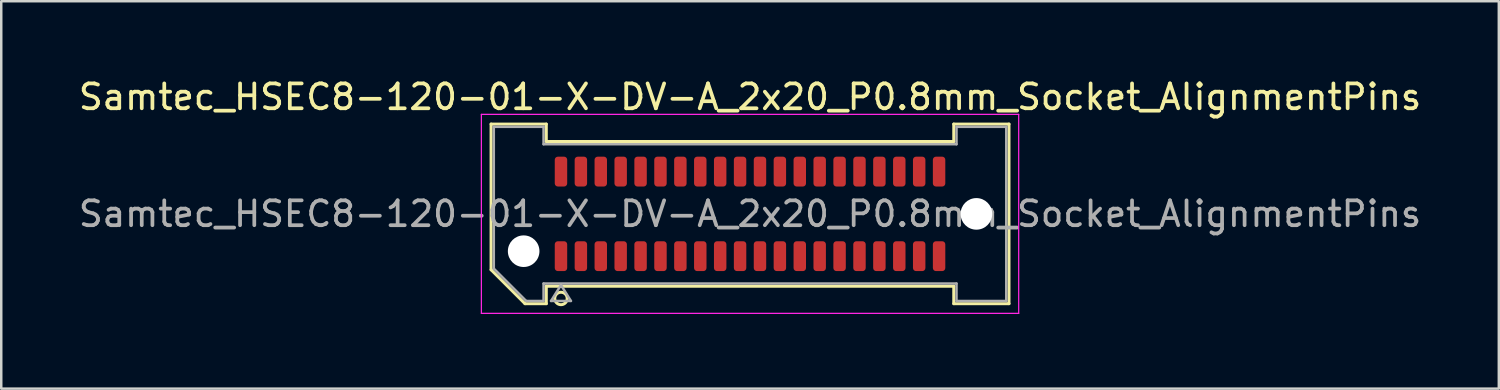
<source format=kicad_pcb>
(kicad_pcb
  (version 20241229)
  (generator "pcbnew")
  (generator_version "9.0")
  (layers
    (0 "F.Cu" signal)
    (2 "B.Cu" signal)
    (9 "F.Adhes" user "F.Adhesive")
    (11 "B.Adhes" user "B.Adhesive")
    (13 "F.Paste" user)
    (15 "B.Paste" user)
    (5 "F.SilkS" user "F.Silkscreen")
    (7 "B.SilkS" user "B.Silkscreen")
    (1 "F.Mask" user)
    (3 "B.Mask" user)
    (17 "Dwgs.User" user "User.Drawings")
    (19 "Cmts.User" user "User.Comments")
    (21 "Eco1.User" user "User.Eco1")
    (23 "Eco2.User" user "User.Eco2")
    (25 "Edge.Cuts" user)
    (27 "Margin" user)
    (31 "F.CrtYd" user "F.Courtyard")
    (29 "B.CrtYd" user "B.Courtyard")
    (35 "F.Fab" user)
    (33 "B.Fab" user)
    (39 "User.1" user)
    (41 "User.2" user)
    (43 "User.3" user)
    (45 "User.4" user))
  (footprint "Samtec_HSEC8-120-01-X-DV-A_2x20_P0.8mm_Socket_AlignmentPins"
    (layer "F.Cu")
    (at 27.101 5.548)
    (property "Reference" "Samtec_HSEC8-120-01-X-DV-A_2x20_P0.8mm_Socket_AlignmentPins" (at 0 -4.7 0) (layer "F.SilkS") (effects (font (size 1 1) (thickness 0.15))))
    (attr smd)
    (fp_line (start -10.41 -3.61) (end -8.19 -3.61) (stroke (width 0.12) (type solid)) (layer "F.SilkS"))
    (fp_line (start -10.41 2.246) (end -10.41 -3.61) (stroke (width 0.12) (type solid)) (layer "F.SilkS"))
    (fp_line (start -9.046 3.61) (end -10.41 2.246) (stroke (width 0.12) (type solid)) (layer "F.SilkS"))
    (fp_line (start -8.19 -3.61) (end -8.19 -2.91) (stroke (width 0.12) (type solid)) (layer "F.SilkS"))
    (fp_line (start -8.19 -2.91) (end 8.19 -2.91) (stroke (width 0.12) (type solid)) (layer "F.SilkS"))
    (fp_line (start -8.19 2.91) (end -8.19 3.61) (stroke (width 0.12) (type solid)) (layer "F.SilkS"))
    (fp_line (start -8.19 3.61) (end -9.046 3.61) (stroke (width 0.12) (type solid)) (layer "F.SilkS"))
    (fp_line (start 8.19 -3.61) (end 10.41 -3.61) (stroke (width 0.12) (type solid)) (layer "F.SilkS"))
    (fp_line (start 8.19 -2.91) (end 8.19 -3.61) (stroke (width 0.12) (type solid)) (layer "F.SilkS"))
    (fp_line (start 8.19 2.91) (end -8.19 2.91) (stroke (width 0.12) (type solid)) (layer "F.SilkS"))
    (fp_line (start 8.19 3.61) (end 8.19 2.91) (stroke (width 0.12) (type solid)) (layer "F.SilkS"))
    (fp_line (start 10.41 -3.61) (end 10.41 3.61) (stroke (width 0.12) (type solid)) (layer "F.SilkS"))
    (fp_line (start 10.41 3.61) (end 8.19 3.61) (stroke (width 0.12) (type solid)) (layer "F.SilkS"))
    (fp_arc (start -7.35 3.4) (mid -7.85 3.4) (end -7.35 3.4) (stroke (width 0.12) (type solid)) (layer "F.SilkS"))
    (fp_line (start -10.8 -4) (end -10.8 4) (stroke (width 0.05) (type solid)) (layer "F.CrtYd"))
    (fp_line (start -10.8 4) (end 10.8 4) (stroke (width 0.05) (type solid)) (layer "F.CrtYd"))
    (fp_line (start 10.8 -4) (end -10.8 -4) (stroke (width 0.05) (type solid)) (layer "F.CrtYd"))
    (fp_line (start 10.8 4) (end 10.8 -4) (stroke (width 0.05) (type solid)) (layer "F.CrtYd"))
    (fp_line (start -10.3 -3.5) (end -8.3 -3.5) (stroke (width 0.1) (type solid)) (layer "F.Fab"))
    (fp_line (start -10.3 2.2) (end -10.3 -3.5) (stroke (width 0.1) (type solid)) (layer "F.Fab"))
    (fp_line (start -9 3.5) (end -10.3 2.2) (stroke (width 0.1) (type solid)) (layer "F.Fab"))
    (fp_line (start -8.3 -3.5) (end -8.3 -2.8) (stroke (width 0.1) (type solid)) (layer "F.Fab"))
    (fp_line (start -8.3 -2.8) (end 8.3 -2.8) (stroke (width 0.1) (type solid)) (layer "F.Fab"))
    (fp_line (start -8.3 2.8) (end -8.3 3.5) (stroke (width 0.1) (type solid)) (layer "F.Fab"))
    (fp_line (start -8.3 3.5) (end -9 3.5) (stroke (width 0.1) (type solid)) (layer "F.Fab"))
    (fp_line (start -8 3.5) (end -7.6 2.86) (stroke (width 0.1) (type solid)) (layer "F.Fab"))
    (fp_line (start -7.6 2.86) (end -7.2 3.5) (stroke (width 0.1) (type solid)) (layer "F.Fab"))
    (fp_line (start -7.2 3.5) (end -8 3.5) (stroke (width 0.1) (type solid)) (layer "F.Fab"))
    (fp_line (start 8.3 -3.5) (end 10.3 -3.5) (stroke (width 0.1) (type solid)) (layer "F.Fab"))
    (fp_line (start 8.3 -2.8) (end 8.3 -3.5) (stroke (width 0.1) (type solid)) (layer "F.Fab"))
    (fp_line (start 8.3 2.8) (end -8.3 2.8) (stroke (width 0.1) (type solid)) (layer "F.Fab"))
    (fp_line (start 8.3 3.5) (end 8.3 2.8) (stroke (width 0.1) (type solid)) (layer "F.Fab"))
    (fp_line (start 10.3 -3.5) (end 10.3 3.5) (stroke (width 0.1) (type solid)) (layer "F.Fab"))
    (fp_line (start 10.3 3.5) (end 8.3 3.5) (stroke (width 0.1) (type solid)) (layer "F.Fab"))
    (fp_text user "${REFERENCE}" (at 0 0 0) (layer "F.Fab") (effects (font (size 1 1) (thickness 0.15))))
    (pad "" np_thru_hole circle (at -9.1 1.5) (size 1.27 1.27) (drill 1.27) (layers "*.Cu" "*.Mask"))
    (pad "" np_thru_hole circle (at 9.1 0) (size 1.27 1.27) (drill 1.27) (layers "*.Cu" "*.Mask"))
    (pad "1" smd roundrect (at -7.6 1.7) (size 0.5 1.2) (layers "F.Cu" "F.Mask" "F.Paste") (roundrect_rratio 0.25))
    (pad "2" smd roundrect (at -7.6 -1.7) (size 0.5 1.2) (layers "F.Cu" "F.Mask" "F.Paste") (roundrect_rratio 0.25))
    (pad "3" smd roundrect (at -6.8 1.7) (size 0.5 1.2) (layers "F.Cu" "F.Mask" "F.Paste") (roundrect_rratio 0.25))
    (pad "4" smd roundrect (at -6.8 -1.7) (size 0.5 1.2) (layers "F.Cu" "F.Mask" "F.Paste") (roundrect_rratio 0.25))
    (pad "5" smd roundrect (at -6 1.7) (size 0.5 1.2) (layers "F.Cu" "F.Mask" "F.Paste") (roundrect_rratio 0.25))
    (pad "6" smd roundrect (at -6 -1.7) (size 0.5 1.2) (layers "F.Cu" "F.Mask" "F.Paste") (roundrect_rratio 0.25))
    (pad "7" smd roundrect (at -5.2 1.7) (size 0.5 1.2) (layers "F.Cu" "F.Mask" "F.Paste") (roundrect_rratio 0.25))
    (pad "8" smd roundrect (at -5.2 -1.7) (size 0.5 1.2) (layers "F.Cu" "F.Mask" "F.Paste") (roundrect_rratio 0.25))
    (pad "9" smd roundrect (at -4.4 1.7) (size 0.5 1.2) (layers "F.Cu" "F.Mask" "F.Paste") (roundrect_rratio 0.25))
    (pad "10" smd roundrect (at -4.4 -1.7) (size 0.5 1.2) (layers "F.Cu" "F.Mask" "F.Paste") (roundrect_rratio 0.25))
    (pad "11" smd roundrect (at -3.6 1.7) (size 0.5 1.2) (layers "F.Cu" "F.Mask" "F.Paste") (roundrect_rratio 0.25))
    (pad "12" smd roundrect (at -3.6 -1.7) (size 0.5 1.2) (layers "F.Cu" "F.Mask" "F.Paste") (roundrect_rratio 0.25))
    (pad "13" smd roundrect (at -2.8 1.7) (size 0.5 1.2) (layers "F.Cu" "F.Mask" "F.Paste") (roundrect_rratio 0.25))
    (pad "14" smd roundrect (at -2.8 -1.7) (size 0.5 1.2) (layers "F.Cu" "F.Mask" "F.Paste") (roundrect_rratio 0.25))
    (pad "15" smd roundrect (at -2 1.7) (size 0.5 1.2) (layers "F.Cu" "F.Mask" "F.Paste") (roundrect_rratio 0.25))
    (pad "16" smd roundrect (at -2 -1.7) (size 0.5 1.2) (layers "F.Cu" "F.Mask" "F.Paste") (roundrect_rratio 0.25))
    (pad "17" smd roundrect (at -1.2 1.7) (size 0.5 1.2) (layers "F.Cu" "F.Mask" "F.Paste") (roundrect_rratio 0.25))
    (pad "18" smd roundrect (at -1.2 -1.7) (size 0.5 1.2) (layers "F.Cu" "F.Mask" "F.Paste") (roundrect_rratio 0.25))
    (pad "19" smd roundrect (at -0.4 1.7) (size 0.5 1.2) (layers "F.Cu" "F.Mask" "F.Paste") (roundrect_rratio 0.25))
    (pad "20" smd roundrect (at -0.4 -1.7) (size 0.5 1.2) (layers "F.Cu" "F.Mask" "F.Paste") (roundrect_rratio 0.25))
    (pad "21" smd roundrect (at 0.4 1.7) (size 0.5 1.2) (layers "F.Cu" "F.Mask" "F.Paste") (roundrect_rratio 0.25))
    (pad "22" smd roundrect (at 0.4 -1.7) (size 0.5 1.2) (layers "F.Cu" "F.Mask" "F.Paste") (roundrect_rratio 0.25))
    (pad "23" smd roundrect (at 1.2 1.7) (size 0.5 1.2) (layers "F.Cu" "F.Mask" "F.Paste") (roundrect_rratio 0.25))
    (pad "24" smd roundrect (at 1.2 -1.7) (size 0.5 1.2) (layers "F.Cu" "F.Mask" "F.Paste") (roundrect_rratio 0.25))
    (pad "25" smd roundrect (at 2 1.7) (size 0.5 1.2) (layers "F.Cu" "F.Mask" "F.Paste") (roundrect_rratio 0.25))
    (pad "26" smd roundrect (at 2 -1.7) (size 0.5 1.2) (layers "F.Cu" "F.Mask" "F.Paste") (roundrect_rratio 0.25))
    (pad "27" smd roundrect (at 2.8 1.7) (size 0.5 1.2) (layers "F.Cu" "F.Mask" "F.Paste") (roundrect_rratio 0.25))
    (pad "28" smd roundrect (at 2.8 -1.7) (size 0.5 1.2) (layers "F.Cu" "F.Mask" "F.Paste") (roundrect_rratio 0.25))
    (pad "29" smd roundrect (at 3.6 1.7) (size 0.5 1.2) (layers "F.Cu" "F.Mask" "F.Paste") (roundrect_rratio 0.25))
    (pad "30" smd roundrect (at 3.6 -1.7) (size 0.5 1.2) (layers "F.Cu" "F.Mask" "F.Paste") (roundrect_rratio 0.25))
    (pad "31" smd roundrect (at 4.4 1.7) (size 0.5 1.2) (layers "F.Cu" "F.Mask" "F.Paste") (roundrect_rratio 0.25))
    (pad "32" smd roundrect (at 4.4 -1.7) (size 0.5 1.2) (layers "F.Cu" "F.Mask" "F.Paste") (roundrect_rratio 0.25))
    (pad "33" smd roundrect (at 5.2 1.7) (size 0.5 1.2) (layers "F.Cu" "F.Mask" "F.Paste") (roundrect_rratio 0.25))
    (pad "34" smd roundrect (at 5.2 -1.7) (size 0.5 1.2) (layers "F.Cu" "F.Mask" "F.Paste") (roundrect_rratio 0.25))
    (pad "35" smd roundrect (at 6 1.7) (size 0.5 1.2) (layers "F.Cu" "F.Mask" "F.Paste") (roundrect_rratio 0.25))
    (pad "36" smd roundrect (at 6 -1.7) (size 0.5 1.2) (layers "F.Cu" "F.Mask" "F.Paste") (roundrect_rratio 0.25))
    (pad "37" smd roundrect (at 6.8 1.7) (size 0.5 1.2) (layers "F.Cu" "F.Mask" "F.Paste") (roundrect_rratio 0.25))
    (pad "38" smd roundrect (at 6.8 -1.7) (size 0.5 1.2) (layers "F.Cu" "F.Mask" "F.Paste") (roundrect_rratio 0.25))
    (pad "39" smd roundrect (at 7.6 1.7) (size 0.5 1.2) (layers "F.Cu" "F.Mask" "F.Paste") (roundrect_rratio 0.25))
    (pad "40" smd roundrect (at 7.6 -1.7) (size 0.5 1.2) (layers "F.Cu" "F.Mask" "F.Paste") (roundrect_rratio 0.25)))
  (gr_rect
    (start -3 -3)
    (end 57.202 12.573)
    (stroke (width 0.1) (type default))
    (fill no)
    (layer "Edge.Cuts")))
</source>
